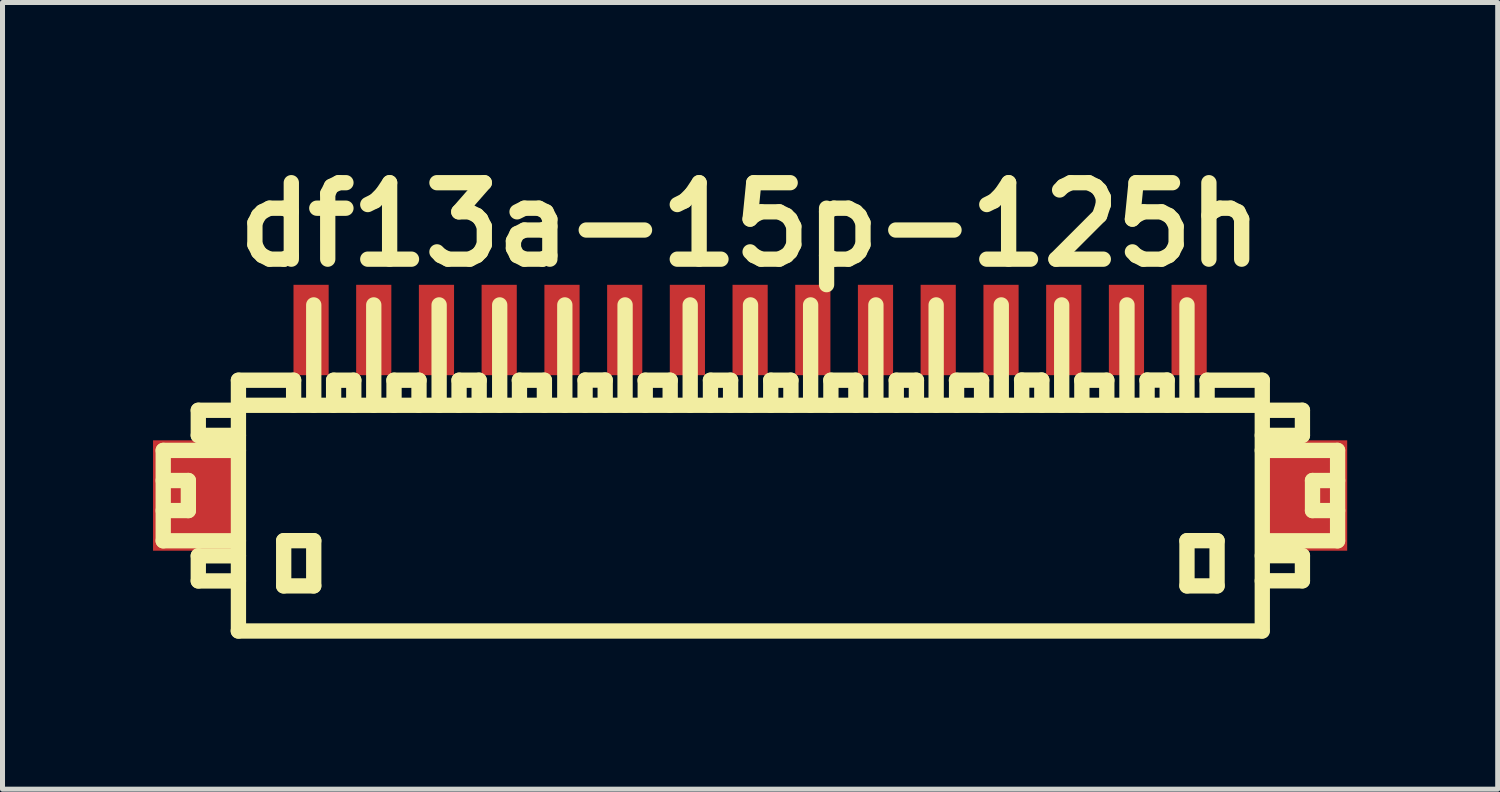
<source format=kicad_pcb>
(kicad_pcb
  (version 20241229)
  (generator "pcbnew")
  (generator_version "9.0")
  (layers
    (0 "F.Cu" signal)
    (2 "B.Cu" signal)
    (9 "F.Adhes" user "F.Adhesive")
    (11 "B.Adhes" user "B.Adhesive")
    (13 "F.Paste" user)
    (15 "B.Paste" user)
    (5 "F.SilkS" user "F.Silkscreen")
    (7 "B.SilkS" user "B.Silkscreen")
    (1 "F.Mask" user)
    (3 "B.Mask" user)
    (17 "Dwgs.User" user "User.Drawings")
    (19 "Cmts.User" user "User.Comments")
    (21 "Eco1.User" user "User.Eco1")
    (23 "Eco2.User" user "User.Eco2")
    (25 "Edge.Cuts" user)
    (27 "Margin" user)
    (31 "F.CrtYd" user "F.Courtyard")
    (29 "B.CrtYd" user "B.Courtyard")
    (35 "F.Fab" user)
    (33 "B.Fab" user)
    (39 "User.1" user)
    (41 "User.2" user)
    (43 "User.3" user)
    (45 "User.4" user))
  (footprint "df13a-15p-125h"
    (layer "F.Cu")
    (at 11.9 7.027)
    (property "Reference" "df13a-15p-125h" (at 0 -5.601 0) (layer "F.SilkS") (effects (font (size 1.524 1.524) (thickness 0.305))))
    (attr through_hole)
    (fp_line (start -11.697 -1.1) (end -11.697 0.701) (stroke (width 0.305) (type solid)) (layer "F.SilkS"))
    (fp_line (start -11.697 0.701) (end -10.198 0.701) (stroke (width 0.305) (type solid)) (layer "F.SilkS"))
    (fp_line (start -11.196 -0.5) (end -11.697 -0.5) (stroke (width 0.305) (type solid)) (layer "F.SilkS"))
    (fp_line (start -11.196 0.099) (end -11.697 0.099) (stroke (width 0.305) (type solid)) (layer "F.SilkS"))
    (fp_line (start -11.196 0.099) (end -11.196 -0.5) (stroke (width 0.305) (type solid)) (layer "F.SilkS"))
    (fp_line (start -10.998 -1.9) (end -10.998 -1.4) (stroke (width 0.305) (type solid)) (layer "F.SilkS"))
    (fp_line (start -10.998 -1.9) (end -10.198 -1.9) (stroke (width 0.305) (type solid)) (layer "F.SilkS"))
    (fp_line (start -10.998 1.001) (end -10.998 1.501) (stroke (width 0.305) (type solid)) (layer "F.SilkS"))
    (fp_line (start -10.998 1.501) (end -10.198 1.501) (stroke (width 0.305) (type solid)) (layer "F.SilkS"))
    (fp_line (start -10.201 -1.999) (end 10.201 -1.999) (stroke (width 0.305) (type solid)) (layer "F.SilkS"))
    (fp_line (start -10.198 -1.4) (end -10.998 -1.4) (stroke (width 0.305) (type solid)) (layer "F.SilkS"))
    (fp_line (start -10.198 -1.1) (end -11.697 -1.1) (stroke (width 0.305) (type solid)) (layer "F.SilkS"))
    (fp_line (start -10.198 1.001) (end -10.998 1.001) (stroke (width 0.305) (type solid)) (layer "F.SilkS"))
    (fp_line (start -10.198 2.499) (end -10.198 -2.499) (stroke (width 0.305) (type solid)) (layer "F.SilkS"))
    (fp_line (start -9.296 0.699) (end -9.296 1.6) (stroke (width 0.305) (type solid)) (layer "F.SilkS"))
    (fp_line (start -9.296 1.6) (end -8.697 1.6) (stroke (width 0.305) (type solid)) (layer "F.SilkS"))
    (fp_line (start -9.098 -2.499) (end -10.198 -2.499) (stroke (width 0.305) (type solid)) (layer "F.SilkS"))
    (fp_line (start -9.098 -2.499) (end -9.098 -1.999) (stroke (width 0.305) (type solid)) (layer "F.SilkS"))
    (fp_line (start -8.697 -4) (end -8.697 -1.999) (stroke (width 0.305) (type solid)) (layer "F.SilkS"))
    (fp_line (start -8.697 0.699) (end -9.296 0.699) (stroke (width 0.305) (type solid)) (layer "F.SilkS"))
    (fp_line (start -8.697 1.6) (end -8.697 0.699) (stroke (width 0.305) (type solid)) (layer "F.SilkS"))
    (fp_line (start -8.301 -2.499) (end -8.301 -1.999) (stroke (width 0.305) (type solid)) (layer "F.SilkS"))
    (fp_line (start -7.899 -2.499) (end -8.301 -2.499) (stroke (width 0.305) (type solid)) (layer "F.SilkS"))
    (fp_line (start -7.899 -2.499) (end -7.899 -1.999) (stroke (width 0.305) (type solid)) (layer "F.SilkS"))
    (fp_line (start -7.501 -1.999) (end -7.501 -4) (stroke (width 0.305) (type solid)) (layer "F.SilkS"))
    (fp_line (start -7.099 -2.499) (end -6.599 -2.499) (stroke (width 0.305) (type solid)) (layer "F.SilkS"))
    (fp_line (start -7.097 -1.999) (end -7.097 -2.499) (stroke (width 0.305) (type solid)) (layer "F.SilkS"))
    (fp_line (start -6.599 -2.499) (end -6.599 -1.999) (stroke (width 0.305) (type solid)) (layer "F.SilkS"))
    (fp_line (start -6.198 -1.999) (end -6.198 -4) (stroke (width 0.305) (type solid)) (layer "F.SilkS"))
    (fp_line (start -5.801 -2.499) (end -5.801 -1.999) (stroke (width 0.305) (type solid)) (layer "F.SilkS"))
    (fp_line (start -5.4 -2.499) (end -5.801 -2.499) (stroke (width 0.305) (type solid)) (layer "F.SilkS"))
    (fp_line (start -5.4 -2.499) (end -5.4 -1.999) (stroke (width 0.305) (type solid)) (layer "F.SilkS"))
    (fp_line (start -4.991 -1.999) (end -4.991 -4) (stroke (width 0.305) (type solid)) (layer "F.SilkS"))
    (fp_line (start -4.6 -2.499) (end -4.1 -2.499) (stroke (width 0.305) (type solid)) (layer "F.SilkS"))
    (fp_line (start -4.597 -1.999) (end -4.597 -2.499) (stroke (width 0.305) (type solid)) (layer "F.SilkS"))
    (fp_line (start -4.1 -2.499) (end -4.1 -1.999) (stroke (width 0.305) (type solid)) (layer "F.SilkS"))
    (fp_line (start -3.693 -1.999) (end -3.693 -4) (stroke (width 0.305) (type solid)) (layer "F.SilkS"))
    (fp_line (start -3.289 -2.502) (end -3.289 -2.002) (stroke (width 0.305) (type solid)) (layer "F.SilkS"))
    (fp_line (start -2.888 -2.502) (end -3.289 -2.502) (stroke (width 0.305) (type solid)) (layer "F.SilkS"))
    (fp_line (start -2.888 -2.502) (end -2.888 -2.002) (stroke (width 0.305) (type solid)) (layer "F.SilkS"))
    (fp_line (start -2.492 -1.999) (end -2.492 -4) (stroke (width 0.305) (type solid)) (layer "F.SilkS"))
    (fp_line (start -2.093 -2.499) (end -1.593 -2.499) (stroke (width 0.305) (type solid)) (layer "F.SilkS"))
    (fp_line (start -2.09 -1.999) (end -2.09 -2.499) (stroke (width 0.305) (type solid)) (layer "F.SilkS"))
    (fp_line (start -1.593 -2.499) (end -1.593 -1.999) (stroke (width 0.305) (type solid)) (layer "F.SilkS"))
    (fp_line (start -1.194 -1.999) (end -1.194 -4) (stroke (width 0.305) (type solid)) (layer "F.SilkS"))
    (fp_line (start -0.79 -2.499) (end -0.79 -1.999) (stroke (width 0.305) (type solid)) (layer "F.SilkS"))
    (fp_line (start -0.389 -2.499) (end -0.79 -2.499) (stroke (width 0.305) (type solid)) (layer "F.SilkS"))
    (fp_line (start -0.389 -2.499) (end -0.389 -1.999) (stroke (width 0.305) (type solid)) (layer "F.SilkS"))
    (fp_line (start 0.008 -1.999) (end 0.008 -4) (stroke (width 0.305) (type solid)) (layer "F.SilkS"))
    (fp_line (start 0.411 -2.499) (end 0.411 -1.999) (stroke (width 0.305) (type solid)) (layer "F.SilkS"))
    (fp_line (start 0.813 -2.499) (end 0.411 -2.499) (stroke (width 0.305) (type solid)) (layer "F.SilkS"))
    (fp_line (start 0.813 -2.499) (end 0.813 -1.999) (stroke (width 0.305) (type solid)) (layer "F.SilkS"))
    (fp_line (start 1.206 -1.999) (end 1.206 -4) (stroke (width 0.305) (type solid)) (layer "F.SilkS"))
    (fp_line (start 1.608 -2.499) (end 2.108 -2.499) (stroke (width 0.305) (type solid)) (layer "F.SilkS"))
    (fp_line (start 1.61 -1.999) (end 1.61 -2.499) (stroke (width 0.305) (type solid)) (layer "F.SilkS"))
    (fp_line (start 2.108 -2.499) (end 2.108 -1.999) (stroke (width 0.305) (type solid)) (layer "F.SilkS"))
    (fp_line (start 2.507 -1.999) (end 2.507 -4) (stroke (width 0.305) (type solid)) (layer "F.SilkS"))
    (fp_line (start 2.913 -2.499) (end 2.913 -1.999) (stroke (width 0.305) (type solid)) (layer "F.SilkS"))
    (fp_line (start 3.315 -2.499) (end 2.913 -2.499) (stroke (width 0.305) (type solid)) (layer "F.SilkS"))
    (fp_line (start 3.315 -2.499) (end 3.315 -1.999) (stroke (width 0.305) (type solid)) (layer "F.SilkS"))
    (fp_line (start 3.708 -1.999) (end 3.708 -4) (stroke (width 0.305) (type solid)) (layer "F.SilkS"))
    (fp_line (start 4.112 -2.499) (end 4.613 -2.499) (stroke (width 0.305) (type solid)) (layer "F.SilkS"))
    (fp_line (start 4.115 -1.999) (end 4.115 -2.499) (stroke (width 0.305) (type solid)) (layer "F.SilkS"))
    (fp_line (start 4.613 -2.499) (end 4.613 -1.999) (stroke (width 0.305) (type solid)) (layer "F.SilkS"))
    (fp_line (start 5.006 -1.999) (end 5.006 -4) (stroke (width 0.305) (type solid)) (layer "F.SilkS"))
    (fp_line (start 5.413 -2.502) (end 5.413 -2.002) (stroke (width 0.305) (type solid)) (layer "F.SilkS"))
    (fp_line (start 5.812 -2.502) (end 5.41 -2.502) (stroke (width 0.305) (type solid)) (layer "F.SilkS"))
    (fp_line (start 5.814 -2.502) (end 5.814 -2.002) (stroke (width 0.305) (type solid)) (layer "F.SilkS"))
    (fp_line (start 6.21 -1.999) (end 6.21 -4) (stroke (width 0.305) (type solid)) (layer "F.SilkS"))
    (fp_line (start 6.609 -2.499) (end 7.109 -2.499) (stroke (width 0.305) (type solid)) (layer "F.SilkS"))
    (fp_line (start 6.612 -1.999) (end 6.612 -2.499) (stroke (width 0.305) (type solid)) (layer "F.SilkS"))
    (fp_line (start 7.109 -2.499) (end 7.109 -1.999) (stroke (width 0.305) (type solid)) (layer "F.SilkS"))
    (fp_line (start 7.511 -1.999) (end 7.511 -4) (stroke (width 0.305) (type solid)) (layer "F.SilkS"))
    (fp_line (start 7.912 -2.502) (end 7.912 -2.002) (stroke (width 0.305) (type solid)) (layer "F.SilkS"))
    (fp_line (start 8.311 -2.502) (end 7.91 -2.502) (stroke (width 0.305) (type solid)) (layer "F.SilkS"))
    (fp_line (start 8.313 -2.502) (end 8.313 -2.002) (stroke (width 0.305) (type solid)) (layer "F.SilkS"))
    (fp_line (start 8.707 -1.999) (end 8.707 -4) (stroke (width 0.305) (type solid)) (layer "F.SilkS"))
    (fp_line (start 8.707 0.699) (end 9.307 0.699) (stroke (width 0.305) (type solid)) (layer "F.SilkS"))
    (fp_line (start 8.707 1.6) (end 8.707 0.699) (stroke (width 0.305) (type solid)) (layer "F.SilkS"))
    (fp_line (start 9.108 -2.499) (end 9.108 -1.999) (stroke (width 0.305) (type solid)) (layer "F.SilkS"))
    (fp_line (start 9.307 0.699) (end 9.307 1.6) (stroke (width 0.305) (type solid)) (layer "F.SilkS"))
    (fp_line (start 9.307 1.6) (end 8.707 1.6) (stroke (width 0.305) (type solid)) (layer "F.SilkS"))
    (fp_line (start 10.201 2.499) (end -10.201 2.499) (stroke (width 0.305) (type solid)) (layer "F.SilkS"))
    (fp_line (start 10.208 -2.499) (end 9.108 -2.499) (stroke (width 0.305) (type solid)) (layer "F.SilkS"))
    (fp_line (start 10.208 -2.499) (end 10.208 2.499) (stroke (width 0.305) (type solid)) (layer "F.SilkS"))
    (fp_line (start 10.208 -1.9) (end 11.008 -1.9) (stroke (width 0.305) (type solid)) (layer "F.SilkS"))
    (fp_line (start 10.208 0.998) (end 11.008 0.998) (stroke (width 0.305) (type solid)) (layer "F.SilkS"))
    (fp_line (start 11.008 -1.9) (end 11.008 -1.4) (stroke (width 0.305) (type solid)) (layer "F.SilkS"))
    (fp_line (start 11.008 -1.4) (end 10.208 -1.4) (stroke (width 0.305) (type solid)) (layer "F.SilkS"))
    (fp_line (start 11.008 0.998) (end 11.008 1.499) (stroke (width 0.305) (type solid)) (layer "F.SilkS"))
    (fp_line (start 11.008 1.499) (end 10.208 1.499) (stroke (width 0.305) (type solid)) (layer "F.SilkS"))
    (fp_line (start 11.209 0.099) (end 11.209 -0.5) (stroke (width 0.305) (type solid)) (layer "F.SilkS"))
    (fp_line (start 11.707 -1.1) (end 10.208 -1.1) (stroke (width 0.305) (type solid)) (layer "F.SilkS"))
    (fp_line (start 11.707 0.701) (end 10.307 0.701) (stroke (width 0.305) (type solid)) (layer "F.SilkS"))
    (fp_line (start 11.709 -1.1) (end 11.709 0.701) (stroke (width 0.305) (type solid)) (layer "F.SilkS"))
    (fp_line (start 11.709 -0.5) (end 11.209 -0.5) (stroke (width 0.305) (type solid)) (layer "F.SilkS"))
    (fp_line (start 11.709 0.099) (end 11.209 0.099) (stroke (width 0.305) (type solid)) (layer "F.SilkS"))
    (pad "" smd rect (at -11.1 -0.201) (size 1.6 2.2) (layers "F.Cu" "F.Mask" "F.Paste"))
    (pad "" smd rect (at 11.1 -0.201) (size 1.6 2.2) (layers "F.Cu" "F.Mask" "F.Paste"))
    (pad "1" smd rect (at 8.75 -3.5) (size 0.701 1.801) (layers "F.Cu" "F.Mask" "F.Paste"))
    (pad "2" smd rect (at 7.501 -3.5) (size 0.701 1.801) (layers "F.Cu" "F.Mask" "F.Paste"))
    (pad "3" smd rect (at 6.251 -3.5) (size 0.701 1.801) (layers "F.Cu" "F.Mask" "F.Paste"))
    (pad "4" smd rect (at 5.001 -3.5) (size 0.701 1.801) (layers "F.Cu" "F.Mask" "F.Paste"))
    (pad "5" smd rect (at 3.749 -3.5) (size 0.701 1.801) (layers "F.Cu" "F.Mask" "F.Paste"))
    (pad "6" smd rect (at 2.499 -3.5) (size 0.701 1.801) (layers "F.Cu" "F.Mask" "F.Paste"))
    (pad "7" smd rect (at 1.25 -3.5) (size 0.701 1.801) (layers "F.Cu" "F.Mask" "F.Paste"))
    (pad "8" smd rect (at 0 -3.5) (size 0.701 1.801) (layers "F.Cu" "F.Mask" "F.Paste"))
    (pad "9" smd rect (at -1.25 -3.5) (size 0.701 1.801) (layers "F.Cu" "F.Mask" "F.Paste"))
    (pad "10" smd rect (at -2.499 -3.5) (size 0.701 1.801) (layers "F.Cu" "F.Mask" "F.Paste"))
    (pad "11" smd rect (at -3.749 -3.5) (size 0.701 1.801) (layers "F.Cu" "F.Mask" "F.Paste"))
    (pad "12" smd rect (at -5.001 -3.5) (size 0.701 1.801) (layers "F.Cu" "F.Mask" "F.Paste"))
    (pad "13" smd rect (at -6.251 -3.5) (size 0.701 1.801) (layers "F.Cu" "F.Mask" "F.Paste"))
    (pad "14" smd rect (at -7.501 -3.5) (size 0.701 1.801) (layers "F.Cu" "F.Mask" "F.Paste"))
    (pad "15" smd rect (at -8.75 -3.5) (size 0.701 1.801) (layers "F.Cu" "F.Mask" "F.Paste")))
  (gr_rect
    (start -3 -3)
    (end 26.8 12.679)
    (stroke (width 0.1) (type default))
    (fill no)
    (layer "Edge.Cuts")))
</source>
